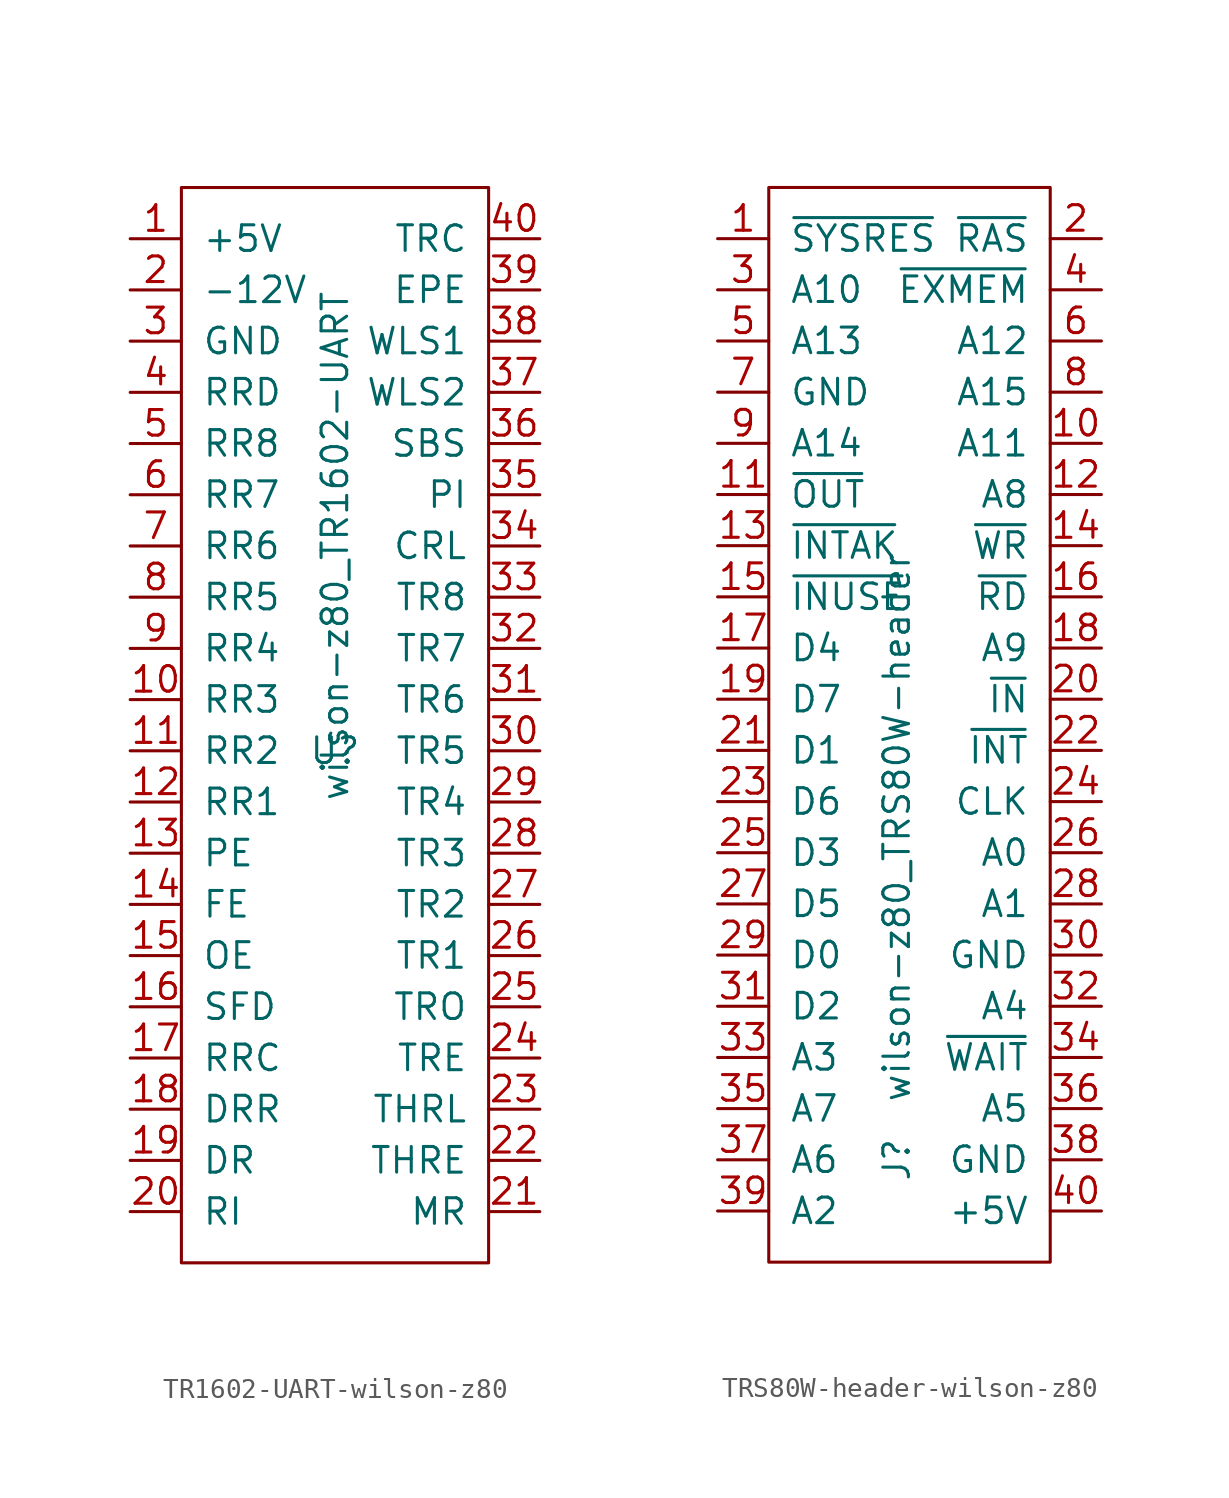
<source format=kicad_sym>
(kicad_symbol_lib
  (version 20220914)
  (generator kicad_symbol_editor)
  (symbol "TR1602-UART-wilson-z80"
    (pin_names
      (offset 1.016))
    (property "Reference" "U"
      (at 0 0 0)
      (effects (font (size 1.27 1.27))))
    (property "Value" "wilson-z80_TR1602-UART"
      (at 0 10.16 90)
      (effects (font (size 1.27 1.27))))
    (symbol "TR1602-UART-wilson-z80_0_1"
      (rectangle (start -7.62 27.94) (end 7.62 -25.4) (stroke (width 0) (type solid)) (fill (type none))))
    (symbol "TR1602-UART-wilson-z80_1_1"
      (pin power_in line (at -10.16 25.4 0) (length 2.54) (name "+5V" (effects (font (size 1.27 1.27)))) (number "1" (effects (font (size 1.27 1.27)))))
      (pin tri_state line (at -10.16 2.54 0) (length 2.54) (name "RR3" (effects (font (size 1.27 1.27)))) (number "10" (effects (font (size 1.27 1.27)))))
      (pin tri_state line (at -10.16 0 0) (length 2.54) (name "RR2" (effects (font (size 1.27 1.27)))) (number "11" (effects (font (size 1.27 1.27)))))
      (pin tri_state line (at -10.16 -2.54 0) (length 2.54) (name "RR1" (effects (font (size 1.27 1.27)))) (number "12" (effects (font (size 1.27 1.27)))))
      (pin tri_state line (at -10.16 -5.08 0) (length 2.54) (name "PE" (effects (font (size 1.27 1.27)))) (number "13" (effects (font (size 1.27 1.27)))))
      (pin tri_state line (at -10.16 -7.62 0) (length 2.54) (name "FE" (effects (font (size 1.27 1.27)))) (number "14" (effects (font (size 1.27 1.27)))))
      (pin tri_state line (at -10.16 -10.16 0) (length 2.54) (name "OE" (effects (font (size 1.27 1.27)))) (number "15" (effects (font (size 1.27 1.27)))))
      (pin input line (at -10.16 -12.7 0) (length 2.54) (name "SFD" (effects (font (size 1.27 1.27)))) (number "16" (effects (font (size 1.27 1.27)))))
      (pin input line (at -10.16 -15.24 0) (length 2.54) (name "RRC" (effects (font (size 1.27 1.27)))) (number "17" (effects (font (size 1.27 1.27)))))
      (pin input line (at -10.16 -17.78 0) (length 2.54) (name "DRR" (effects (font (size 1.27 1.27)))) (number "18" (effects (font (size 1.27 1.27)))))
      (pin tri_state line (at -10.16 -20.32 0) (length 2.54) (name "DR" (effects (font (size 1.27 1.27)))) (number "19" (effects (font (size 1.27 1.27)))))
      (pin power_in line (at -10.16 22.86 0) (length 2.54) (name "-12V" (effects (font (size 1.27 1.27)))) (number "2" (effects (font (size 1.27 1.27)))))
      (pin input line (at -10.16 -22.86 0) (length 2.54) (name "RI" (effects (font (size 1.27 1.27)))) (number "20" (effects (font (size 1.27 1.27)))))
      (pin input line (at 10.16 -22.86 180) (length 2.54) (name "MR" (effects (font (size 1.27 1.27)))) (number "21" (effects (font (size 1.27 1.27)))))
      (pin tri_state line (at 10.16 -20.32 180) (length 2.54) (name "THRE" (effects (font (size 1.27 1.27)))) (number "22" (effects (font (size 1.27 1.27)))))
      (pin input line (at 10.16 -17.78 180) (length 2.54) (name "THRL" (effects (font (size 1.27 1.27)))) (number "23" (effects (font (size 1.27 1.27)))))
      (pin tri_state line (at 10.16 -15.24 180) (length 2.54) (name "TRE" (effects (font (size 1.27 1.27)))) (number "24" (effects (font (size 1.27 1.27)))))
      (pin tri_state line (at 10.16 -12.7 180) (length 2.54) (name "TRO" (effects (font (size 1.27 1.27)))) (number "25" (effects (font (size 1.27 1.27)))))
      (pin tri_state line (at 10.16 -10.16 180) (length 2.54) (name "TR1" (effects (font (size 1.27 1.27)))) (number "26" (effects (font (size 1.27 1.27)))))
      (pin tri_state line (at 10.16 -7.62 180) (length 2.54) (name "TR2" (effects (font (size 1.27 1.27)))) (number "27" (effects (font (size 1.27 1.27)))))
      (pin tri_state line (at 10.16 -5.08 180) (length 2.54) (name "TR3" (effects (font (size 1.27 1.27)))) (number "28" (effects (font (size 1.27 1.27)))))
      (pin tri_state line (at 10.16 -2.54 180) (length 2.54) (name "TR4" (effects (font (size 1.27 1.27)))) (number "29" (effects (font (size 1.27 1.27)))))
      (pin power_in line (at -10.16 20.32 0) (length 2.54) (name "GND" (effects (font (size 1.27 1.27)))) (number "3" (effects (font (size 1.27 1.27)))))
      (pin tri_state line (at 10.16 0 180) (length 2.54) (name "TR5" (effects (font (size 1.27 1.27)))) (number "30" (effects (font (size 1.27 1.27)))))
      (pin tri_state line (at 10.16 2.54 180) (length 2.54) (name "TR6" (effects (font (size 1.27 1.27)))) (number "31" (effects (font (size 1.27 1.27)))))
      (pin tri_state line (at 10.16 5.08 180) (length 2.54) (name "TR7" (effects (font (size 1.27 1.27)))) (number "32" (effects (font (size 1.27 1.27)))))
      (pin tri_state line (at 10.16 7.62 180) (length 2.54) (name "TR8" (effects (font (size 1.27 1.27)))) (number "33" (effects (font (size 1.27 1.27)))))
      (pin input line (at 10.16 10.16 180) (length 2.54) (name "CRL" (effects (font (size 1.27 1.27)))) (number "34" (effects (font (size 1.27 1.27)))))
      (pin input line (at 10.16 12.7 180) (length 2.54) (name "PI" (effects (font (size 1.27 1.27)))) (number "35" (effects (font (size 1.27 1.27)))))
      (pin input line (at 10.16 15.24 180) (length 2.54) (name "SBS" (effects (font (size 1.27 1.27)))) (number "36" (effects (font (size 1.27 1.27)))))
      (pin input line (at 10.16 17.78 180) (length 2.54) (name "WLS2" (effects (font (size 1.27 1.27)))) (number "37" (effects (font (size 1.27 1.27)))))
      (pin input line (at 10.16 20.32 180) (length 2.54) (name "WLS1" (effects (font (size 1.27 1.27)))) (number "38" (effects (font (size 1.27 1.27)))))
      (pin input line (at 10.16 22.86 180) (length 2.54) (name "EPE" (effects (font (size 1.27 1.27)))) (number "39" (effects (font (size 1.27 1.27)))))
      (pin tri_state line (at -10.16 17.78 0) (length 2.54) (name "RRD" (effects (font (size 1.27 1.27)))) (number "4" (effects (font (size 1.27 1.27)))))
      (pin input line (at 10.16 25.4 180) (length 2.54) (name "TRC" (effects (font (size 1.27 1.27)))) (number "40" (effects (font (size 1.27 1.27)))))
      (pin tri_state line (at -10.16 15.24 0) (length 2.54) (name "RR8" (effects (font (size 1.27 1.27)))) (number "5" (effects (font (size 1.27 1.27)))))
      (pin tri_state line (at -10.16 12.7 0) (length 2.54) (name "RR7" (effects (font (size 1.27 1.27)))) (number "6" (effects (font (size 1.27 1.27)))))
      (pin tri_state line (at -10.16 10.16 0) (length 2.54) (name "RR6" (effects (font (size 1.27 1.27)))) (number "7" (effects (font (size 1.27 1.27)))))
      (pin tri_state line (at -10.16 7.62 0) (length 2.54) (name "RR5" (effects (font (size 1.27 1.27)))) (number "8" (effects (font (size 1.27 1.27)))))
      (pin tri_state line (at -10.16 5.08 0) (length 2.54) (name "RR4" (effects (font (size 1.27 1.27)))) (number "9" (effects (font (size 1.27 1.27)))))))
  (symbol "TRS80W-header-wilson-z80"
    (pin_names
      (offset 1.016))
    (property "Reference" "J"
      (at 0 -22.86 90)
      (effects (font (size 1.27 1.27))))
    (property "Value" "wilson-z80_TRS80W-header"
      (at 0 -6.35 90)
      (effects (font (size 1.27 1.27))))
    (symbol "TRS80W-header-wilson-z80_0_1"
      (rectangle (start -6.35 25.4) (end 7.62 -27.94) (stroke (width 0) (type solid)) (fill (type none))))
    (symbol "TRS80W-header-wilson-z80_1_1"
      (pin passive line (at -8.89 22.86 0) (length 2.54) (name "~{SYSRES}" (effects (font (size 1.27 1.27)))) (number "1" (effects (font (size 1.27 1.27)))))
      (pin passive line (at 10.16 12.7 180) (length 2.54) (name "A11" (effects (font (size 1.27 1.27)))) (number "10" (effects (font (size 1.27 1.27)))))
      (pin passive line (at -8.89 10.16 0) (length 2.54) (name "~{OUT}" (effects (font (size 1.27 1.27)))) (number "11" (effects (font (size 1.27 1.27)))))
      (pin passive line (at 10.16 10.16 180) (length 2.54) (name "A8" (effects (font (size 1.27 1.27)))) (number "12" (effects (font (size 1.27 1.27)))))
      (pin passive line (at -8.89 7.62 0) (length 2.54) (name "~{INTAK}" (effects (font (size 1.27 1.27)))) (number "13" (effects (font (size 1.27 1.27)))))
      (pin passive line (at 10.16 7.62 180) (length 2.54) (name "~{WR}" (effects (font (size 1.27 1.27)))) (number "14" (effects (font (size 1.27 1.27)))))
      (pin passive line (at -8.89 5.08 0) (length 2.54) (name "~{INUSE}" (effects (font (size 1.27 1.27)))) (number "15" (effects (font (size 1.27 1.27)))))
      (pin passive line (at 10.16 5.08 180) (length 2.54) (name "~{RD}" (effects (font (size 1.27 1.27)))) (number "16" (effects (font (size 1.27 1.27)))))
      (pin passive line (at -8.89 2.54 0) (length 2.54) (name "D4" (effects (font (size 1.27 1.27)))) (number "17" (effects (font (size 1.27 1.27)))))
      (pin passive line (at 10.16 2.54 180) (length 2.54) (name "A9" (effects (font (size 1.27 1.27)))) (number "18" (effects (font (size 1.27 1.27)))))
      (pin passive line (at -8.89 0 0) (length 2.54) (name "D7" (effects (font (size 1.27 1.27)))) (number "19" (effects (font (size 1.27 1.27)))))
      (pin passive line (at 10.16 22.86 180) (length 2.54) (name "~{RAS}" (effects (font (size 1.27 1.27)))) (number "2" (effects (font (size 1.27 1.27)))))
      (pin passive line (at 10.16 0 180) (length 2.54) (name "~{IN}" (effects (font (size 1.27 1.27)))) (number "20" (effects (font (size 1.27 1.27)))))
      (pin passive line (at -8.89 -2.54 0) (length 2.54) (name "D1" (effects (font (size 1.27 1.27)))) (number "21" (effects (font (size 1.27 1.27)))))
      (pin passive line (at 10.16 -2.54 180) (length 2.54) (name "~{INT}" (effects (font (size 1.27 1.27)))) (number "22" (effects (font (size 1.27 1.27)))))
      (pin passive line (at -8.89 -5.08 0) (length 2.54) (name "D6" (effects (font (size 1.27 1.27)))) (number "23" (effects (font (size 1.27 1.27)))))
      (pin passive line (at 10.16 -5.08 180) (length 2.54) (name "CLK" (effects (font (size 1.27 1.27)))) (number "24" (effects (font (size 1.27 1.27)))))
      (pin passive line (at -8.89 -7.62 0) (length 2.54) (name "D3" (effects (font (size 1.27 1.27)))) (number "25" (effects (font (size 1.27 1.27)))))
      (pin passive line (at 10.16 -7.62 180) (length 2.54) (name "A0" (effects (font (size 1.27 1.27)))) (number "26" (effects (font (size 1.27 1.27)))))
      (pin passive line (at -8.89 -10.16 0) (length 2.54) (name "D5" (effects (font (size 1.27 1.27)))) (number "27" (effects (font (size 1.27 1.27)))))
      (pin passive line (at 10.16 -10.16 180) (length 2.54) (name "A1" (effects (font (size 1.27 1.27)))) (number "28" (effects (font (size 1.27 1.27)))))
      (pin passive line (at -8.89 -12.7 0) (length 2.54) (name "D0" (effects (font (size 1.27 1.27)))) (number "29" (effects (font (size 1.27 1.27)))))
      (pin passive line (at -8.89 20.32 0) (length 2.54) (name "A10" (effects (font (size 1.27 1.27)))) (number "3" (effects (font (size 1.27 1.27)))))
      (pin passive line (at 10.16 -12.7 180) (length 2.54) (name "GND" (effects (font (size 1.27 1.27)))) (number "30" (effects (font (size 1.27 1.27)))))
      (pin passive line (at -8.89 -15.24 0) (length 2.54) (name "D2" (effects (font (size 1.27 1.27)))) (number "31" (effects (font (size 1.27 1.27)))))
      (pin passive line (at 10.16 -15.24 180) (length 2.54) (name "A4" (effects (font (size 1.27 1.27)))) (number "32" (effects (font (size 1.27 1.27)))))
      (pin passive line (at -8.89 -17.78 0) (length 2.54) (name "A3" (effects (font (size 1.27 1.27)))) (number "33" (effects (font (size 1.27 1.27)))))
      (pin passive line (at 10.16 -17.78 180) (length 2.54) (name "~{WAIT}" (effects (font (size 1.27 1.27)))) (number "34" (effects (font (size 1.27 1.27)))))
      (pin passive line (at -8.89 -20.32 0) (length 2.54) (name "A7" (effects (font (size 1.27 1.27)))) (number "35" (effects (font (size 1.27 1.27)))))
      (pin passive line (at 10.16 -20.32 180) (length 2.54) (name "A5" (effects (font (size 1.27 1.27)))) (number "36" (effects (font (size 1.27 1.27)))))
      (pin passive line (at -8.89 -22.86 0) (length 2.54) (name "A6" (effects (font (size 1.27 1.27)))) (number "37" (effects (font (size 1.27 1.27)))))
      (pin passive line (at 10.16 -22.86 180) (length 2.54) (name "GND" (effects (font (size 1.27 1.27)))) (number "38" (effects (font (size 1.27 1.27)))))
      (pin passive line (at -8.89 -25.4 0) (length 2.54) (name "A2" (effects (font (size 1.27 1.27)))) (number "39" (effects (font (size 1.27 1.27)))))
      (pin passive line (at 10.16 20.32 180) (length 2.54) (name "~{EXMEM}" (effects (font (size 1.27 1.27)))) (number "4" (effects (font (size 1.27 1.27)))))
      (pin passive line (at 10.16 -25.4 180) (length 2.54) (name "+5V" (effects (font (size 1.27 1.27)))) (number "40" (effects (font (size 1.27 1.27)))))
      (pin passive line (at -8.89 17.78 0) (length 2.54) (name "A13" (effects (font (size 1.27 1.27)))) (number "5" (effects (font (size 1.27 1.27)))))
      (pin passive line (at 10.16 17.78 180) (length 2.54) (name "A12" (effects (font (size 1.27 1.27)))) (number "6" (effects (font (size 1.27 1.27)))))
      (pin passive line (at -8.89 15.24 0) (length 2.54) (name "GND" (effects (font (size 1.27 1.27)))) (number "7" (effects (font (size 1.27 1.27)))))
      (pin passive line (at 10.16 15.24 180) (length 2.54) (name "A15" (effects (font (size 1.27 1.27)))) (number "8" (effects (font (size 1.27 1.27)))))
      (pin passive line (at -8.89 12.7 0) (length 2.54) (name "A14" (effects (font (size 1.27 1.27)))) (number "9" (effects (font (size 1.27 1.27))))))))
</source>
